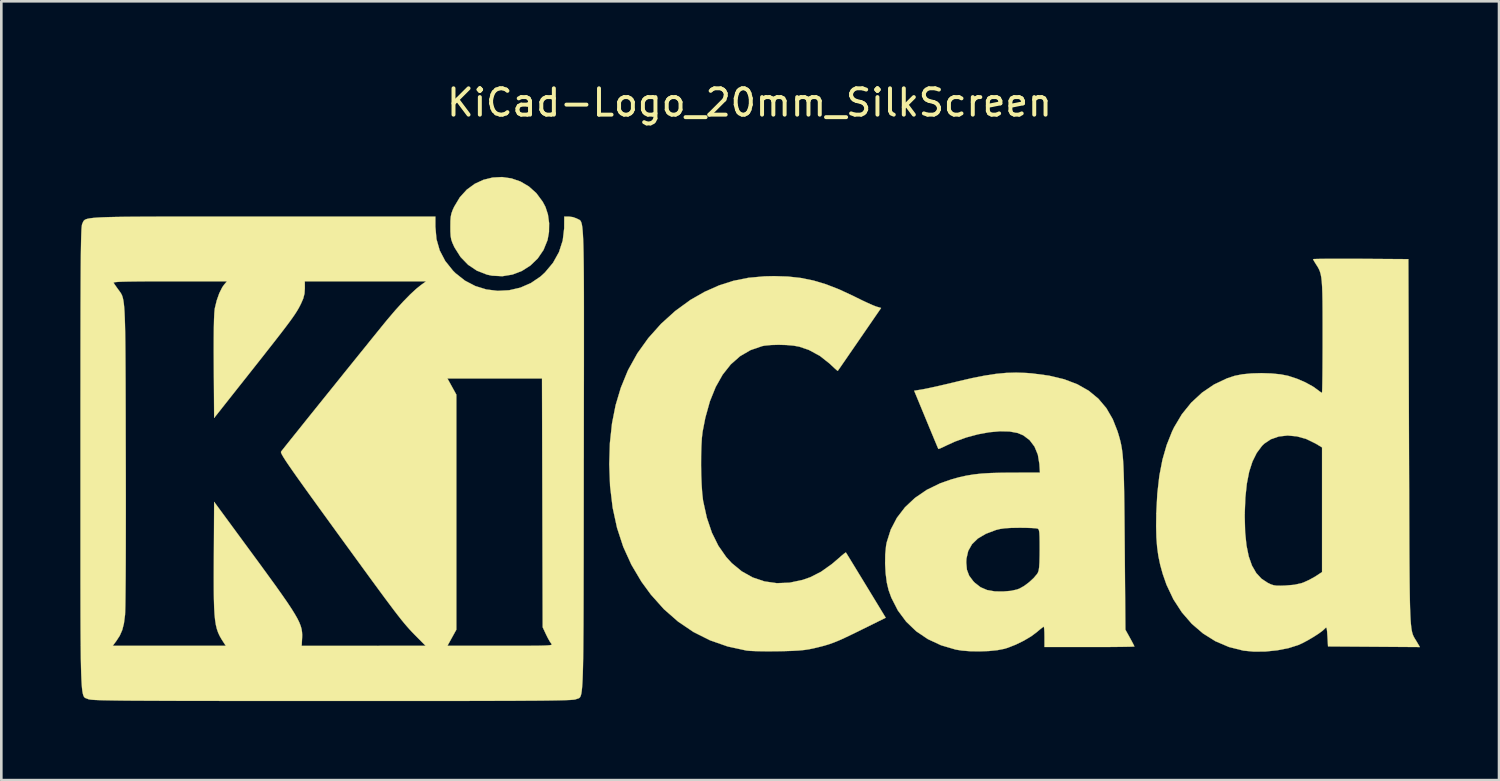
<source format=kicad_pcb>
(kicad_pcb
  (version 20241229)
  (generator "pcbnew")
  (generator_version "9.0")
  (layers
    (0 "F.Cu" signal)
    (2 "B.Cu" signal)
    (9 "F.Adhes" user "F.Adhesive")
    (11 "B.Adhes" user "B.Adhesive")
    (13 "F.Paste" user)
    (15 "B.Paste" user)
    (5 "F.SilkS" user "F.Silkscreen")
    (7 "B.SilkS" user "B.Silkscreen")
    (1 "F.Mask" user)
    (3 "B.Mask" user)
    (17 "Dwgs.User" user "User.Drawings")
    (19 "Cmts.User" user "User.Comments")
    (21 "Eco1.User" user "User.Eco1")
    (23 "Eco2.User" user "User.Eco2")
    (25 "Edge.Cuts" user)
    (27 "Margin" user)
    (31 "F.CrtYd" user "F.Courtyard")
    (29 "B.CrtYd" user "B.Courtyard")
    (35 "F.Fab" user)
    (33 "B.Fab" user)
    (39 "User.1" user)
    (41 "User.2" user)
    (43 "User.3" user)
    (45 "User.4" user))
  (footprint "KiCad-Logo_20mm_SilkScreen"
    (layer "F.Cu")
    (at 25.405 13.548)
    (property "Reference" "KiCad-Logo_20mm_SilkScreen" (at 0 -12.7 0) (layer "F.SilkS") (effects (font (size 1 1) (thickness 0.15))))
    (attr exclude_from_pos_files exclude_from_bom)
    (fp_poly (pts (xy -9.038 -9.825) (xy -8.696 -9.707) (xy -8.378 -9.52) (xy -8.094 -9.266) (xy -7.854 -8.943) (xy -7.746 -8.74) (xy -7.653 -8.455) (xy -7.608 -8.127) (xy -7.613 -7.79) (xy -7.668 -7.484) (xy -7.82 -7.11) (xy -8.04 -6.786) (xy -8.318 -6.518) (xy -8.641 -6.312) (xy -8.999 -6.175) (xy -9.381 -6.112) (xy -9.775 -6.132) (xy -9.969 -6.173) (xy -10.347 -6.32) (xy -10.683 -6.545) (xy -10.969 -6.84) (xy -11.196 -7.198) (xy -11.216 -7.238) (xy -11.282 -7.385) (xy -11.324 -7.508) (xy -11.346 -7.639) (xy -11.356 -7.807) (xy -11.357 -7.989) (xy -11.355 -8.208) (xy -11.343 -8.366) (xy -11.317 -8.494) (xy -11.271 -8.622) (xy -11.213 -8.748) (xy -10.999 -9.106) (xy -10.735 -9.397) (xy -10.432 -9.619) (xy -10.101 -9.772) (xy -9.751 -9.858) (xy -9.393 -9.876) (xy -9.038 -9.825)) (stroke (width 0.01) (type solid)) (fill yes) (layer "F.SilkS"))
    (fp_poly (pts (xy 1.459 -6.099) (xy 1.95 -6.045) (xy 2.425 -5.949) (xy 2.905 -5.805) (xy 3.408 -5.609) (xy 3.953 -5.355) (xy 4.052 -5.306) (xy 4.277 -5.195) (xy 4.49 -5.095) (xy 4.669 -5.016) (xy 4.793 -4.966) (xy 4.812 -4.96) (xy 4.995 -4.905) (xy 4.177 -3.716) (xy 3.977 -3.425) (xy 3.794 -3.16) (xy 3.635 -2.928) (xy 3.505 -2.74) (xy 3.411 -2.604) (xy 3.359 -2.529) (xy 3.35 -2.517) (xy 3.316 -2.541) (xy 3.231 -2.616) (xy 3.112 -2.727) (xy 3.046 -2.79) (xy 2.671 -3.087) (xy 2.251 -3.314) (xy 1.889 -3.437) (xy 1.672 -3.476) (xy 1.399 -3.5) (xy 1.105 -3.508) (xy 0.819 -3.5) (xy 0.574 -3.476) (xy 0.477 -3.457) (xy 0.037 -3.306) (xy -0.359 -3.075) (xy -0.712 -2.764) (xy -1.02 -2.375) (xy -1.284 -1.907) (xy -1.504 -1.362) (xy -1.678 -0.738) (xy -1.782 -0.205) (xy -1.809 0.031) (xy -1.827 0.335) (xy -1.837 0.686) (xy -1.839 1.062) (xy -1.833 1.442) (xy -1.818 1.802) (xy -1.796 2.122) (xy -1.767 2.38) (xy -1.761 2.42) (xy -1.62 3.06) (xy -1.428 3.626) (xy -1.183 4.122) (xy -0.885 4.549) (xy -0.674 4.78) (xy -0.294 5.093) (xy 0.122 5.325) (xy 0.569 5.475) (xy 1.038 5.542) (xy 1.522 5.523) (xy 2.016 5.418) (xy 2.307 5.316) (xy 2.711 5.111) (xy 3.127 4.816) (xy 3.36 4.617) (xy 3.491 4.502) (xy 3.593 4.418) (xy 3.652 4.377) (xy 3.659 4.376) (xy 3.685 4.417) (xy 3.753 4.527) (xy 3.856 4.696) (xy 3.99 4.915) (xy 4.147 5.173) (xy 4.324 5.462) (xy 4.422 5.623) (xy 5.171 6.854) (xy 4.236 7.316) (xy 3.897 7.482) (xy 3.623 7.613) (xy 3.397 7.715) (xy 3.201 7.795) (xy 3.019 7.86) (xy 2.835 7.916) (xy 2.631 7.968) (xy 2.435 8.015) (xy 2.261 8.051) (xy 2.08 8.078) (xy 1.872 8.098) (xy 1.62 8.112) (xy 1.305 8.122) (xy 1.092 8.126) (xy 0.79 8.129) (xy 0.499 8.128) (xy 0.241 8.122) (xy 0.033 8.113) (xy -0.105 8.101) (xy -0.113 8.1) (xy -0.828 7.945) (xy -1.499 7.711) (xy -2.127 7.396) (xy -2.71 7.002) (xy -3.25 6.529) (xy -3.744 5.976) (xy -4.103 5.485) (xy -4.484 4.842) (xy -4.793 4.163) (xy -5.029 3.443) (xy -5.196 2.675) (xy -5.294 1.855) (xy -5.325 1.023) (xy -5.3 0.218) (xy -5.22 -0.525) (xy -5.083 -1.218) (xy -4.887 -1.874) (xy -4.629 -2.506) (xy -4.598 -2.571) (xy -4.258 -3.183) (xy -3.841 -3.764) (xy -3.358 -4.305) (xy -2.821 -4.791) (xy -2.243 -5.212) (xy -1.703 -5.52) (xy -1.158 -5.762) (xy -0.613 -5.937) (xy -0.044 -6.051) (xy 0.567 -6.107) (xy 0.933 -6.115) (xy 1.459 -6.099)) (stroke (width 0.01) (type solid)) (fill yes) (layer "F.SilkS"))
    (fp_poly (pts (xy 22.685 -6.774) (xy 23.072 -6.772) (xy 23.204 -6.772) (xy 25.013 -6.76) (xy 25.036 0.182) (xy 25.039 1.123) (xy 25.042 1.978) (xy 25.044 2.751) (xy 25.047 3.445) (xy 25.049 4.067) (xy 25.052 4.619) (xy 25.056 5.107) (xy 25.06 5.535) (xy 25.065 5.907) (xy 25.071 6.228) (xy 25.078 6.502) (xy 25.087 6.734) (xy 25.097 6.928) (xy 25.109 7.088) (xy 25.123 7.219) (xy 25.139 7.325) (xy 25.157 7.411) (xy 25.178 7.482) (xy 25.201 7.54) (xy 25.227 7.592) (xy 25.255 7.641) (xy 25.287 7.692) (xy 25.322 7.749) (xy 25.329 7.761) (xy 25.45 7.967) (xy 21.963 7.943) (xy 21.941 7.56) (xy 21.928 7.376) (xy 21.915 7.27) (xy 21.898 7.228) (xy 21.871 7.237) (xy 21.849 7.261) (xy 21.754 7.349) (xy 21.598 7.463) (xy 21.403 7.588) (xy 21.192 7.712) (xy 20.987 7.82) (xy 20.83 7.891) (xy 20.46 8.008) (xy 20.037 8.09) (xy 19.59 8.136) (xy 19.152 8.141) (xy 18.753 8.103) (xy 18.746 8.101) (xy 18.2 7.964) (xy 17.689 7.746) (xy 17.218 7.451) (xy 16.791 7.085) (xy 16.415 6.651) (xy 16.092 6.154) (xy 15.83 5.6) (xy 15.687 5.189) (xy 15.592 4.846) (xy 15.522 4.513) (xy 15.475 4.171) (xy 15.447 3.8) (xy 15.437 3.378) (xy 15.442 3.034) (xy 18.801 3.034) (xy 18.816 3.611) (xy 18.867 4.107) (xy 18.953 4.528) (xy 19.076 4.876) (xy 19.238 5.157) (xy 19.44 5.375) (xy 19.674 5.529) (xy 19.796 5.587) (xy 19.901 5.621) (xy 20.019 5.637) (xy 20.177 5.638) (xy 20.347 5.632) (xy 20.682 5.603) (xy 20.947 5.545) (xy 21.03 5.516) (xy 21.22 5.43) (xy 21.421 5.323) (xy 21.508 5.269) (xy 21.736 5.12) (xy 21.736 0.388) (xy 21.485 0.238) (xy 21.136 0.068) (xy 20.779 -0.032) (xy 20.428 -0.064) (xy 20.095 -0.027) (xy 19.794 0.077) (xy 19.538 0.248) (xy 19.455 0.33) (xy 19.255 0.599) (xy 19.094 0.924) (xy 18.969 1.312) (xy 18.88 1.767) (xy 18.824 2.296) (xy 18.801 2.903) (xy 18.801 3.034) (xy 15.442 3.034) (xy 15.443 2.891) (xy 15.482 2.142) (xy 15.559 1.466) (xy 15.677 0.854) (xy 15.838 0.295) (xy 16.043 -0.219) (xy 16.117 -0.372) (xy 16.413 -0.87) (xy 16.77 -1.312) (xy 17.18 -1.691) (xy 17.636 -2.001) (xy 18.128 -2.234) (xy 18.422 -2.331) (xy 18.712 -2.388) (xy 19.06 -2.422) (xy 19.438 -2.432) (xy 19.817 -2.42) (xy 20.166 -2.385) (xy 20.447 -2.33) (xy 20.781 -2.221) (xy 21.105 -2.081) (xy 21.389 -1.925) (xy 21.54 -1.818) (xy 21.644 -1.739) (xy 21.716 -1.691) (xy 21.733 -1.684) (xy 21.738 -1.728) (xy 21.743 -1.854) (xy 21.747 -2.054) (xy 21.751 -2.318) (xy 21.754 -2.637) (xy 21.756 -3.002) (xy 21.758 -3.406) (xy 21.758 -3.816) (xy 21.758 -4.343) (xy 21.757 -4.786) (xy 21.754 -5.156) (xy 21.748 -5.46) (xy 21.739 -5.706) (xy 21.726 -5.905) (xy 21.708 -6.063) (xy 21.684 -6.189) (xy 21.654 -6.292) (xy 21.617 -6.381) (xy 21.572 -6.463) (xy 21.518 -6.548) (xy 21.511 -6.558) (xy 21.442 -6.668) (xy 21.4 -6.743) (xy 21.394 -6.759) (xy 21.438 -6.764) (xy 21.563 -6.768) (xy 21.76 -6.771) (xy 22.019 -6.773) (xy 22.331 -6.774) (xy 22.685 -6.774)) (stroke (width 0.01) (type solid)) (fill yes) (layer "F.SilkS"))
    (fp_poly (pts (xy 10.502 -2.439) (xy 10.727 -2.422) (xy 11.372 -2.336) (xy 11.944 -2.2) (xy 12.444 -2.01) (xy 12.876 -1.765) (xy 13.243 -1.463) (xy 13.547 -1.103) (xy 13.791 -0.683) (xy 13.97 -0.228) (xy 14.015 -0.082) (xy 14.054 0.054) (xy 14.088 0.188) (xy 14.117 0.327) (xy 14.142 0.479) (xy 14.163 0.651) (xy 14.18 0.851) (xy 14.194 1.085) (xy 14.205 1.362) (xy 14.215 1.687) (xy 14.222 2.069) (xy 14.229 2.516) (xy 14.235 3.033) (xy 14.24 3.629) (xy 14.244 4.097) (xy 14.27 7.306) (xy 14.441 7.615) (xy 14.522 7.764) (xy 14.582 7.879) (xy 14.611 7.941) (xy 14.612 7.945) (xy 14.568 7.95) (xy 14.443 7.954) (xy 14.247 7.958) (xy 13.99 7.961) (xy 13.681 7.964) (xy 13.331 7.965) (xy 12.95 7.966) (xy 12.905 7.966) (xy 11.198 7.966) (xy 11.198 7.579) (xy 11.195 7.404) (xy 11.187 7.27) (xy 11.176 7.199) (xy 11.171 7.192) (xy 11.126 7.22) (xy 11.033 7.293) (xy 10.912 7.395) (xy 10.909 7.398) (xy 10.689 7.562) (xy 10.41 7.727) (xy 10.105 7.876) (xy 9.805 7.994) (xy 9.673 8.034) (xy 9.41 8.085) (xy 9.087 8.118) (xy 8.735 8.131) (xy 8.381 8.126) (xy 8.057 8.1) (xy 7.829 8.063) (xy 7.272 7.899) (xy 6.771 7.666) (xy 6.328 7.367) (xy 5.948 7.003) (xy 5.633 6.579) (xy 5.386 6.096) (xy 5.28 5.804) (xy 5.213 5.519) (xy 5.169 5.178) (xy 5.148 4.811) (xy 5.149 4.757) (xy 8.228 4.757) (xy 8.253 5.03) (xy 8.338 5.257) (xy 8.495 5.467) (xy 8.556 5.529) (xy 8.77 5.695) (xy 9.018 5.802) (xy 9.315 5.854) (xy 9.628 5.858) (xy 9.925 5.833) (xy 10.152 5.783) (xy 10.251 5.746) (xy 10.428 5.646) (xy 10.617 5.504) (xy 10.789 5.345) (xy 10.917 5.193) (xy 10.951 5.137) (xy 10.977 5.059) (xy 10.996 4.934) (xy 11.008 4.751) (xy 11.014 4.498) (xy 11.016 4.257) (xy 11.015 3.976) (xy 11.011 3.773) (xy 11.004 3.634) (xy 10.991 3.547) (xy 10.972 3.498) (xy 10.945 3.473) (xy 10.936 3.469) (xy 10.863 3.457) (xy 10.718 3.448) (xy 10.521 3.441) (xy 10.292 3.438) (xy 10.242 3.438) (xy 9.936 3.443) (xy 9.699 3.457) (xy 9.511 3.484) (xy 9.356 3.522) (xy 8.97 3.668) (xy 8.668 3.847) (xy 8.447 4.062) (xy 8.303 4.317) (xy 8.235 4.613) (xy 8.228 4.757) (xy 5.149 4.757) (xy 5.153 4.45) (xy 5.184 4.126) (xy 5.208 3.995) (xy 5.361 3.51) (xy 5.594 3.063) (xy 5.903 2.66) (xy 6.283 2.304) (xy 6.729 1.999) (xy 7.238 1.751) (xy 7.67 1.6) (xy 7.959 1.52) (xy 8.235 1.459) (xy 8.517 1.413) (xy 8.822 1.38) (xy 9.168 1.36) (xy 9.573 1.349) (xy 9.94 1.346) (xy 11.026 1.343) (xy 11.005 1.016) (xy 10.946 0.662) (xy 10.82 0.358) (xy 10.633 0.11) (xy 10.391 -0.072) (xy 10.177 -0.161) (xy 9.87 -0.217) (xy 9.506 -0.225) (xy 9.1 -0.188) (xy 8.67 -0.109) (xy 8.232 0.009) (xy 7.805 0.164) (xy 7.495 0.305) (xy 7.345 0.377) (xy 7.231 0.428) (xy 7.173 0.447) (xy 7.17 0.447) (xy 7.15 0.403) (xy 7.1 0.285) (xy 7.025 0.106) (xy 6.93 -0.123) (xy 6.818 -0.392) (xy 6.705 -0.666) (xy 6.251 -1.764) (xy 6.574 -1.817) (xy 6.714 -1.844) (xy 6.924 -1.889) (xy 7.186 -1.947) (xy 7.483 -2.016) (xy 7.796 -2.09) (xy 7.92 -2.121) (xy 8.46 -2.246) (xy 8.932 -2.339) (xy 9.355 -2.404) (xy 9.745 -2.441) (xy 10.122 -2.452) (xy 10.502 -2.439)) (stroke (width 0.01) (type solid)) (fill yes) (layer "F.SilkS"))
    (fp_poly (pts (xy -19.746 -8.376) (xy -18.869 -8.376) (xy -18.461 -8.376) (xy -11.926 -8.376) (xy -11.926 -7.99) (xy -11.885 -7.522) (xy -11.761 -7.089) (xy -11.553 -6.691) (xy -11.259 -6.324) (xy -11.16 -6.225) (xy -10.803 -5.943) (xy -10.409 -5.738) (xy -9.991 -5.609) (xy -9.559 -5.556) (xy -9.126 -5.579) (xy -8.702 -5.677) (xy -8.301 -5.851) (xy -7.933 -6.101) (xy -7.768 -6.252) (xy -7.46 -6.621) (xy -7.234 -7.027) (xy -7.092 -7.466) (xy -7.036 -7.931) (xy -7.036 -7.977) (xy -7.033 -8.376) (xy -6.858 -8.376) (xy -6.702 -8.355) (xy -6.561 -8.303) (xy -6.551 -8.298) (xy -6.519 -8.281) (xy -6.49 -8.268) (xy -6.463 -8.255) (xy -6.438 -8.238) (xy -6.416 -8.214) (xy -6.396 -8.178) (xy -6.378 -8.127) (xy -6.362 -8.057) (xy -6.348 -7.964) (xy -6.336 -7.845) (xy -6.325 -7.695) (xy -6.316 -7.512) (xy -6.308 -7.29) (xy -6.302 -7.027) (xy -6.297 -6.719) (xy -6.293 -6.361) (xy -6.29 -5.951) (xy -6.288 -5.484) (xy -6.287 -4.957) (xy -6.287 -4.365) (xy -6.287 -3.705) (xy -6.287 -2.974) (xy -6.288 -2.167) (xy -6.29 -1.281) (xy -6.291 -0.312) (xy -6.292 0.744) (xy -6.293 0.873) (xy -6.294 1.935) (xy -6.295 2.911) (xy -6.296 3.803) (xy -6.297 4.615) (xy -6.299 5.352) (xy -6.3 6.016) (xy -6.302 6.611) (xy -6.304 7.142) (xy -6.308 7.613) (xy -6.311 8.026) (xy -6.316 8.385) (xy -6.322 8.695) (xy -6.329 8.96) (xy -6.337 9.182) (xy -6.347 9.366) (xy -6.358 9.515) (xy -6.37 9.634) (xy -6.384 9.726) (xy -6.401 9.795) (xy -6.419 9.844) (xy -6.439 9.877) (xy -6.462 9.899) (xy -6.486 9.913) (xy -6.514 9.922) (xy -6.544 9.931) (xy -6.576 9.942) (xy -6.584 9.946) (xy -6.609 9.954) (xy -6.651 9.962) (xy -6.713 9.968) (xy -6.8 9.975) (xy -6.914 9.98) (xy -7.06 9.985) (xy -7.241 9.99) (xy -7.46 9.994) (xy -7.722 9.998) (xy -8.03 10.001) (xy -8.388 10.003) (xy -8.8 10.006) (xy -9.268 10.008) (xy -9.797 10.009) (xy -10.39 10.011) (xy -11.051 10.012) (xy -11.784 10.012) (xy -12.593 10.013) (xy -13.48 10.013) (xy -14.45 10.013) (xy -15.506 10.013) (xy -15.848 10.013) (xy -16.927 10.013) (xy -17.919 10.013) (xy -18.828 10.012) (xy -19.656 10.012) (xy -20.409 10.011) (xy -21.089 10.01) (xy -21.699 10.009) (xy -22.245 10.007) (xy -22.73 10.005) (xy -23.156 10.003) (xy -23.529 10.001) (xy -23.851 9.998) (xy -24.126 9.994) (xy -24.359 9.99) (xy -24.552 9.986) (xy -24.709 9.981) (xy -24.835 9.976) (xy -24.933 9.97) (xy -25.006 9.963) (xy -25.058 9.956) (xy -25.093 9.948) (xy -25.112 9.941) (xy -25.146 9.927) (xy -25.178 9.916) (xy -25.206 9.905) (xy -25.232 9.891) (xy -25.256 9.869) (xy -25.277 9.836) (xy -25.296 9.788) (xy -25.313 9.721) (xy -25.329 9.631) (xy -25.342 9.515) (xy -25.353 9.369) (xy -25.363 9.189) (xy -25.372 8.972) (xy -25.379 8.713) (xy -25.385 8.409) (xy -25.389 8.056) (xy -25.39 7.92) (xy -24.176 7.92) (xy -19.882 7.92) (xy -19.964 7.795) (xy -20.046 7.667) (xy -20.116 7.544) (xy -20.174 7.419) (xy -20.221 7.283) (xy -20.259 7.128) (xy -20.288 6.944) (xy -20.31 6.724) (xy -20.325 6.458) (xy -20.334 6.138) (xy -20.338 5.757) (xy -20.339 5.304) (xy -20.337 4.771) (xy -20.336 4.573) (xy -20.325 2.454) (xy -18.982 4.282) (xy -18.601 4.8) (xy -18.272 5.252) (xy -17.989 5.642) (xy -17.751 5.978) (xy -17.552 6.264) (xy -17.39 6.508) (xy -17.262 6.714) (xy -17.162 6.889) (xy -17.089 7.039) (xy -17.038 7.17) (xy -17.006 7.287) (xy -16.989 7.398) (xy -16.983 7.507) (xy -16.986 7.621) (xy -16.987 7.635) (xy -17.002 7.921) (xy -14.649 7.921) (xy -12.296 7.92) (xy -12.646 7.567) (xy -12.741 7.471) (xy -12.831 7.377) (xy -12.92 7.281) (xy -13.012 7.176) (xy -13.112 7.059) (xy -13.222 6.924) (xy -13.347 6.765) (xy -13.491 6.578) (xy -13.657 6.357) (xy -13.851 6.098) (xy -14.075 5.794) (xy -14.334 5.441) (xy -14.631 5.034) (xy -14.971 4.567) (xy -15.358 4.036) (xy -15.675 3.6) (xy -16.072 3.052) (xy -16.419 2.573) (xy -16.718 2.159) (xy -16.973 1.804) (xy -17.187 1.504) (xy -17.362 1.255) (xy -17.502 1.052) (xy -17.611 0.891) (xy -17.69 0.766) (xy -17.744 0.674) (xy -17.776 0.61) (xy -17.788 0.569) (xy -17.784 0.548) (xy -17.74 0.491) (xy -17.644 0.37) (xy -17.503 0.193) (xy -17.322 -0.033) (xy -17.106 -0.302) (xy -16.863 -0.606) (xy -16.597 -0.937) (xy -16.314 -1.289) (xy -16.02 -1.654) (xy -15.72 -2.026) (xy -15.556 -2.23) (xy -11.469 -2.23) (xy -11.13 -1.616) (xy -11.13 7.306) (xy -11.469 7.92) (xy -9.46 7.92) (xy -8.981 7.92) (xy -8.584 7.92) (xy -8.264 7.918) (xy -8.012 7.916) (xy -7.821 7.912) (xy -7.683 7.906) (xy -7.59 7.898) (xy -7.536 7.888) (xy -7.512 7.875) (xy -7.51 7.859) (xy -7.524 7.84) (xy -7.524 7.84) (xy -7.582 7.757) (xy -7.658 7.622) (xy -7.725 7.487) (xy -7.852 7.215) (xy -7.865 2.492) (xy -7.878 -2.23) (xy -11.469 -2.23) (xy -15.556 -2.23) (xy -15.422 -2.397) (xy -15.129 -2.76) (xy -14.849 -3.107) (xy -14.586 -3.432) (xy -14.348 -3.728) (xy -14.138 -3.987) (xy -13.964 -4.202) (xy -13.831 -4.365) (xy -13.752 -4.461) (xy -13.448 -4.818) (xy -13.156 -5.14) (xy -12.885 -5.417) (xy -12.646 -5.638) (xy -12.477 -5.773) (xy -12.277 -5.918) (xy -16.883 -5.918) (xy -16.882 -5.647) (xy -16.895 -5.449) (xy -16.943 -5.264) (xy -17.018 -5.09) (xy -17.067 -4.991) (xy -17.119 -4.893) (xy -17.18 -4.79) (xy -17.254 -4.674) (xy -17.346 -4.54) (xy -17.461 -4.381) (xy -17.603 -4.191) (xy -17.778 -3.962) (xy -17.99 -3.689) (xy -18.244 -3.365) (xy -18.544 -2.983) (xy -18.896 -2.537) (xy -18.936 -2.487) (xy -20.325 -0.731) (xy -20.338 -2.676) (xy -20.341 -3.258) (xy -20.34 -3.751) (xy -20.336 -4.157) (xy -20.329 -4.476) (xy -20.318 -4.711) (xy -20.304 -4.862) (xy -20.3 -4.891) (xy -20.226 -5.195) (xy -20.129 -5.468) (xy -20.019 -5.688) (xy -19.953 -5.782) (xy -19.839 -5.918) (xy -22.007 -5.918) (xy -22.525 -5.917) (xy -22.957 -5.916) (xy -23.312 -5.913) (xy -23.594 -5.909) (xy -23.81 -5.904) (xy -23.967 -5.897) (xy -24.07 -5.888) (xy -24.127 -5.877) (xy -24.143 -5.864) (xy -24.142 -5.861) (xy -24.096 -5.791) (xy -24.019 -5.681) (xy -23.98 -5.626) (xy -23.938 -5.57) (xy -23.902 -5.52) (xy -23.869 -5.472) (xy -23.839 -5.419) (xy -23.813 -5.358) (xy -23.791 -5.283) (xy -23.771 -5.189) (xy -23.754 -5.072) (xy -23.74 -4.927) (xy -23.728 -4.748) (xy -23.718 -4.532) (xy -23.71 -4.272) (xy -23.703 -3.964) (xy -23.698 -3.604) (xy -23.694 -3.186) (xy -23.691 -2.706) (xy -23.688 -2.158) (xy -23.686 -1.537) (xy -23.684 -0.84) (xy -23.683 -0.061) (xy -23.681 0.656) (xy -23.679 1.454) (xy -23.678 2.216) (xy -23.678 2.936) (xy -23.679 3.61) (xy -23.68 4.232) (xy -23.682 4.799) (xy -23.685 5.304) (xy -23.689 5.744) (xy -23.693 6.113) (xy -23.697 6.406) (xy -23.703 6.619) (xy -23.708 6.746) (xy -23.71 6.76) (xy -23.75 7.069) (xy -23.813 7.318) (xy -23.908 7.535) (xy -24.047 7.749) (xy -24.065 7.772) (xy -24.176 7.92) (xy -25.39 7.92) (xy -25.393 7.65) (xy -25.396 7.188) (xy -25.398 6.666) (xy -25.399 6.079) (xy -25.4 5.425) (xy -25.4 4.7) (xy -25.4 3.899) (xy -25.4 3.019) (xy -25.4 2.056) (xy -25.4 1.007) (xy -25.4 0.799) (xy -25.4 -0.261) (xy -25.4 -1.234) (xy -25.399 -2.124) (xy -25.399 -2.933) (xy -25.398 -3.667) (xy -25.397 -4.328) (xy -25.396 -4.921) (xy -25.394 -5.448) (xy -25.392 -5.915) (xy -25.39 -6.324) (xy -25.387 -6.679) (xy -25.384 -6.985) (xy -25.38 -7.244) (xy -25.376 -7.461) (xy -25.371 -7.639) (xy -25.366 -7.782) (xy -25.361 -7.894) (xy -25.354 -7.978) (xy -25.347 -8.039) (xy -25.34 -8.079) (xy -25.331 -8.103) (xy -25.331 -8.104) (xy -25.314 -8.141) (xy -25.3 -8.174) (xy -25.284 -8.204) (xy -25.262 -8.231) (xy -25.23 -8.255) (xy -25.183 -8.277) (xy -25.118 -8.295) (xy -25.029 -8.311) (xy -24.912 -8.325) (xy -24.763 -8.337) (xy -24.577 -8.347) (xy -24.35 -8.355) (xy -24.079 -8.361) (xy -23.757 -8.366) (xy -23.381 -8.37) (xy -22.947 -8.372) (xy -22.45 -8.374) (xy -21.886 -8.375) (xy -21.25 -8.376) (xy -20.538 -8.376) (xy -19.746 -8.376)) (stroke (width 0.01) (type solid)) (fill yes) (layer "F.SilkS")))
  (gr_rect
    (start -3 -3)
    (end 53.86 26.567)
    (stroke (width 0.1) (type default))
    (fill no)
    (layer "Edge.Cuts")))
</source>
